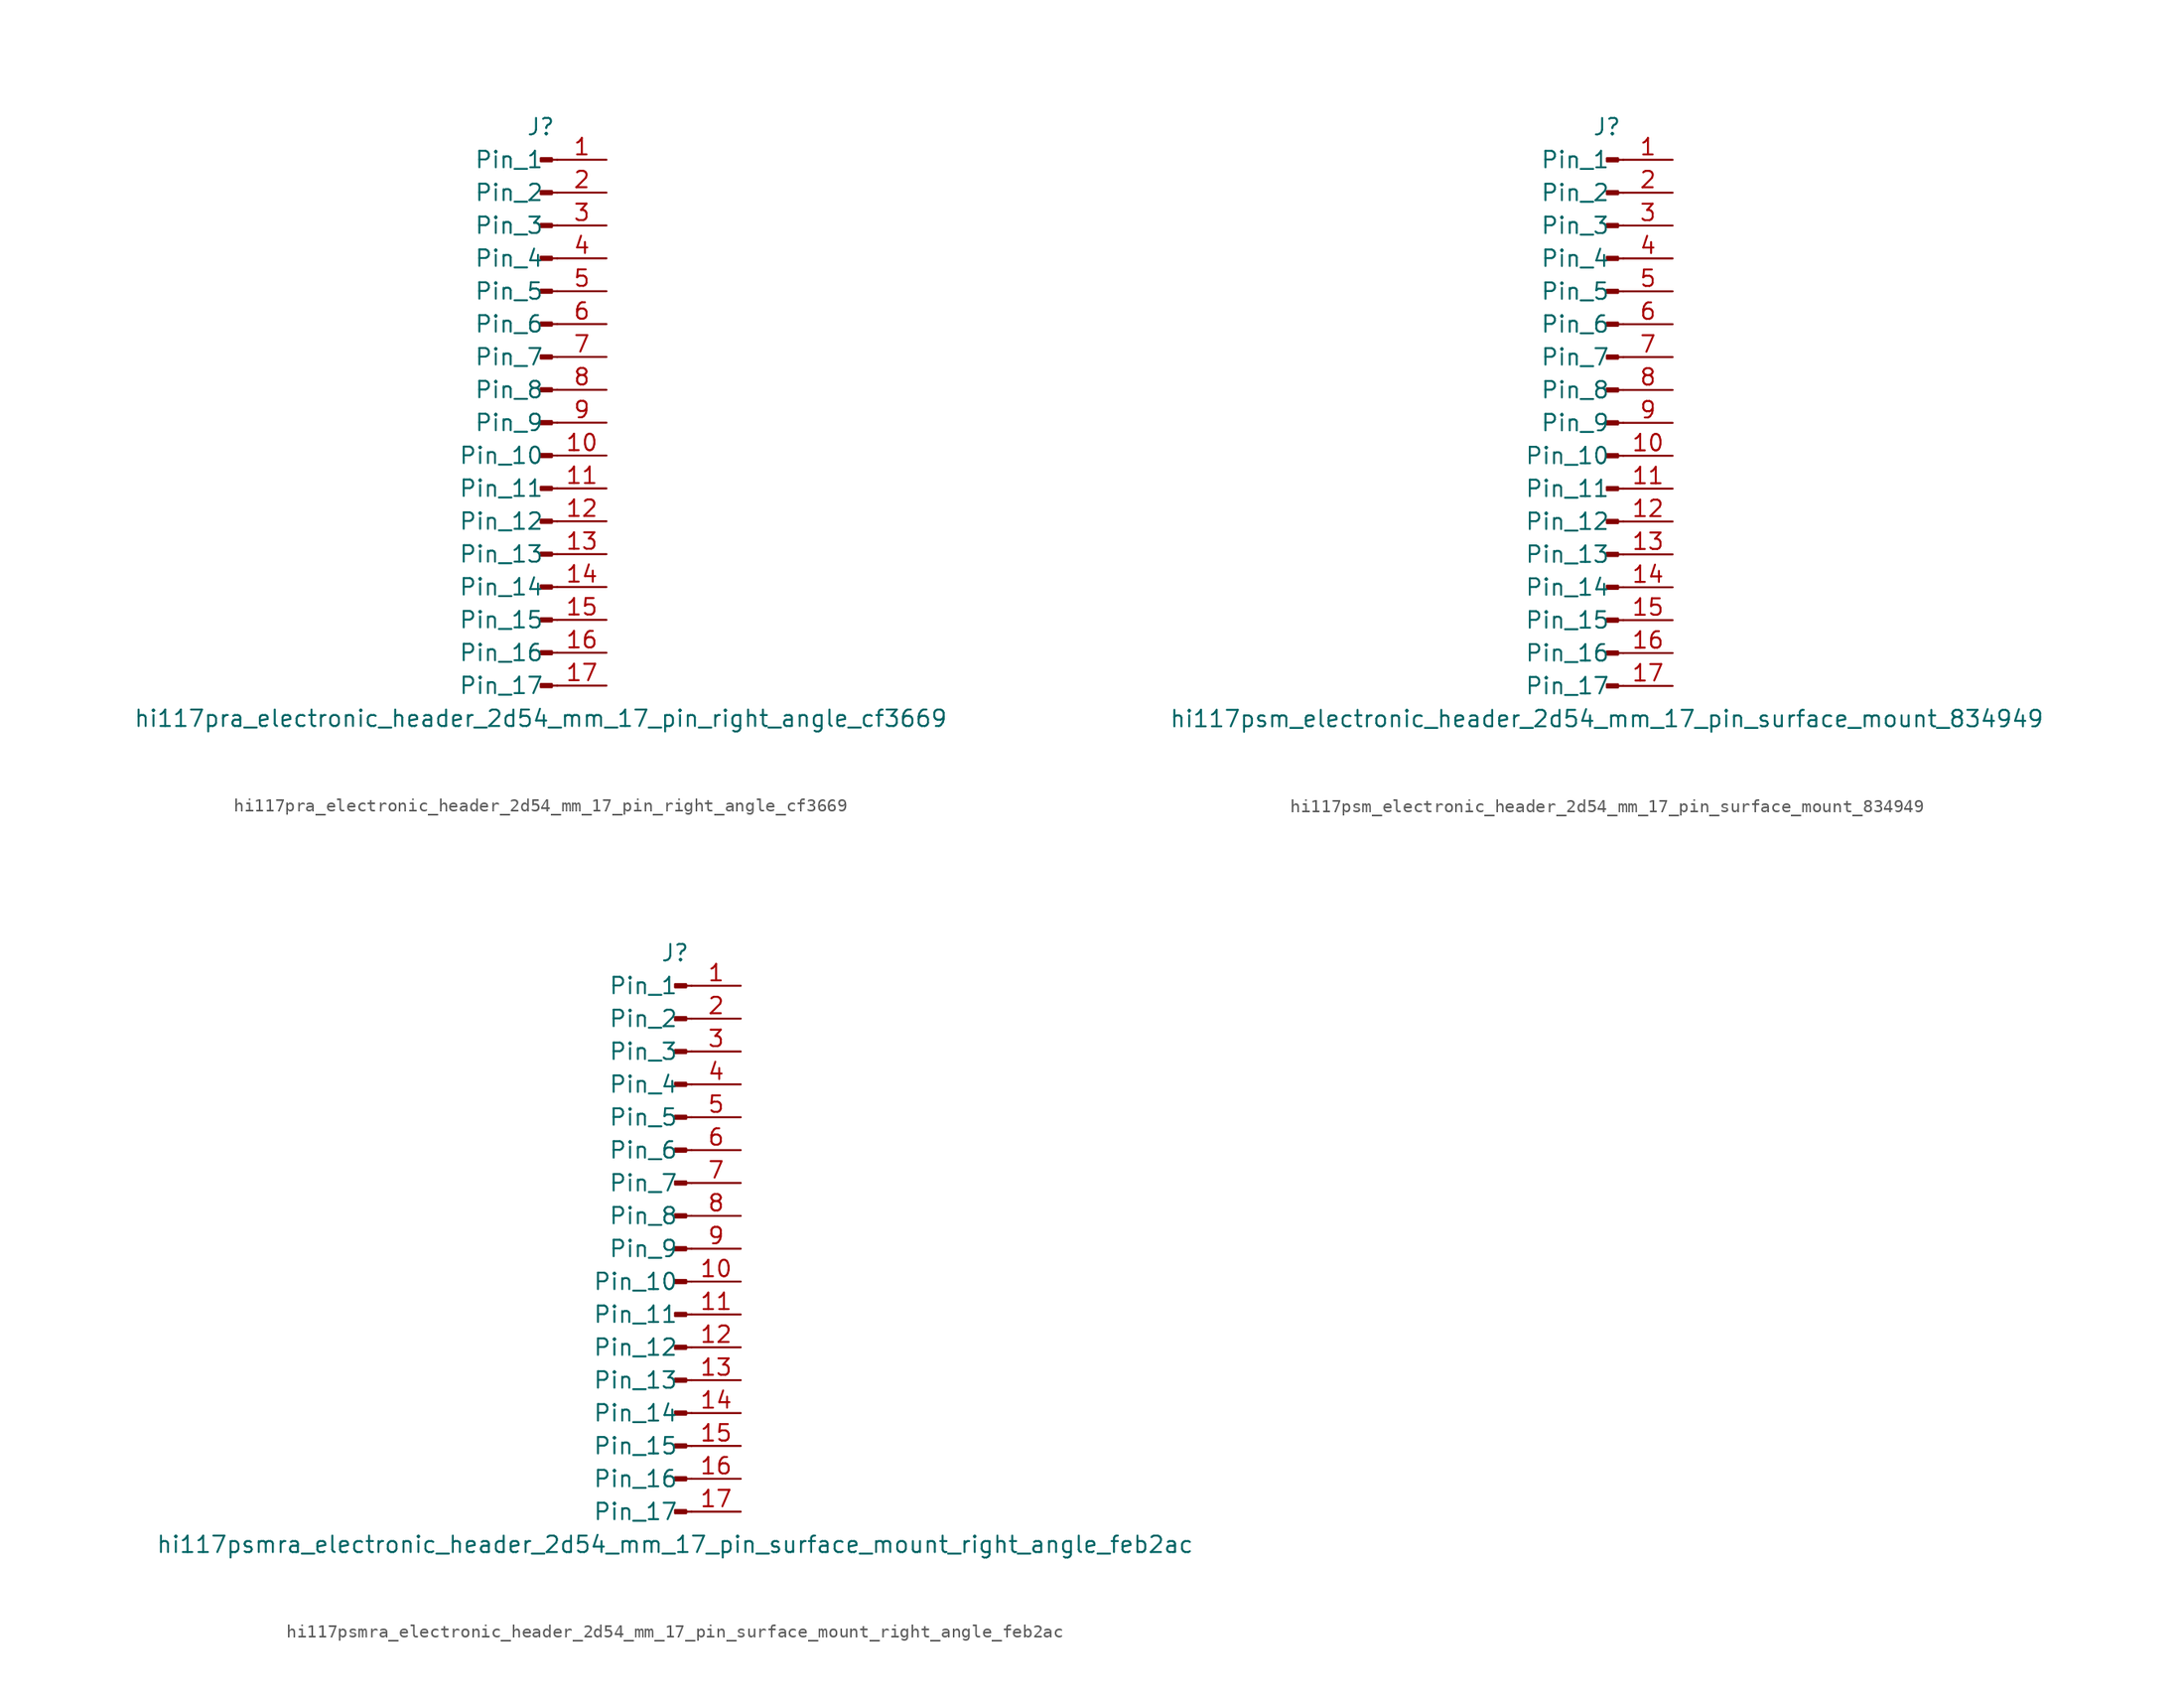
<source format=kicad_sym>
(kicad_symbol_lib
  (version 20220914)
  (generator kicad_symbol_editor)
  (symbol "hi117pra_electronic_header_2d54_mm_17_pin_right_angle_cf3669"
    (pin_names
      (offset 1.016))
    (property "Reference" "J"
      (at 0 22.86 0)
      (effects (font (size 1.27 1.27))))
    (property "Value" "hi117pra_electronic_header_2d54_mm_17_pin_right_angle_cf3669"
      (at 0 -22.86 0)
      (effects (font (size 1.27 1.27))))
    (property "ki_locked" ""
      (at 0 0 0)
      (effects (font (size 1.27 1.27))))
    (symbol "hi117pra_electronic_header_2d54_mm_17_pin_right_angle_cf3669_1_1"
      (polyline (pts (xy 1.27 -20.32) (xy 0.864 -20.32)) (stroke (width 0.152) (type default)) (fill (type none)))
      (polyline (pts (xy 1.27 -17.78) (xy 0.864 -17.78)) (stroke (width 0.152) (type default)) (fill (type none)))
      (polyline (pts (xy 1.27 -15.24) (xy 0.864 -15.24)) (stroke (width 0.152) (type default)) (fill (type none)))
      (polyline (pts (xy 1.27 -12.7) (xy 0.864 -12.7)) (stroke (width 0.152) (type default)) (fill (type none)))
      (polyline (pts (xy 1.27 -10.16) (xy 0.864 -10.16)) (stroke (width 0.152) (type default)) (fill (type none)))
      (polyline (pts (xy 1.27 -7.62) (xy 0.864 -7.62)) (stroke (width 0.152) (type default)) (fill (type none)))
      (polyline (pts (xy 1.27 -5.08) (xy 0.864 -5.08)) (stroke (width 0.152) (type default)) (fill (type none)))
      (polyline (pts (xy 1.27 -2.54) (xy 0.864 -2.54)) (stroke (width 0.152) (type default)) (fill (type none)))
      (polyline (pts (xy 1.27 0) (xy 0.864 0)) (stroke (width 0.152) (type default)) (fill (type none)))
      (polyline (pts (xy 1.27 2.54) (xy 0.864 2.54)) (stroke (width 0.152) (type default)) (fill (type none)))
      (polyline (pts (xy 1.27 5.08) (xy 0.864 5.08)) (stroke (width 0.152) (type default)) (fill (type none)))
      (polyline (pts (xy 1.27 7.62) (xy 0.864 7.62)) (stroke (width 0.152) (type default)) (fill (type none)))
      (polyline (pts (xy 1.27 10.16) (xy 0.864 10.16)) (stroke (width 0.152) (type default)) (fill (type none)))
      (polyline (pts (xy 1.27 12.7) (xy 0.864 12.7)) (stroke (width 0.152) (type default)) (fill (type none)))
      (polyline (pts (xy 1.27 15.24) (xy 0.864 15.24)) (stroke (width 0.152) (type default)) (fill (type none)))
      (polyline (pts (xy 1.27 17.78) (xy 0.864 17.78)) (stroke (width 0.152) (type default)) (fill (type none)))
      (polyline (pts (xy 1.27 20.32) (xy 0.864 20.32)) (stroke (width 0.152) (type default)) (fill (type none)))
      (rectangle (start 0.864 -20.193) (end 0 -20.447) (stroke (width 0.152) (type default)) (fill (type outline)))
      (rectangle (start 0.864 -17.653) (end 0 -17.907) (stroke (width 0.152) (type default)) (fill (type outline)))
      (rectangle (start 0.864 -15.113) (end 0 -15.367) (stroke (width 0.152) (type default)) (fill (type outline)))
      (rectangle (start 0.864 -12.573) (end 0 -12.827) (stroke (width 0.152) (type default)) (fill (type outline)))
      (rectangle (start 0.864 -10.033) (end 0 -10.287) (stroke (width 0.152) (type default)) (fill (type outline)))
      (rectangle (start 0.864 -7.493) (end 0 -7.747) (stroke (width 0.152) (type default)) (fill (type outline)))
      (rectangle (start 0.864 -4.953) (end 0 -5.207) (stroke (width 0.152) (type default)) (fill (type outline)))
      (rectangle (start 0.864 -2.413) (end 0 -2.667) (stroke (width 0.152) (type default)) (fill (type outline)))
      (rectangle (start 0.864 0.127) (end 0 -0.127) (stroke (width 0.152) (type default)) (fill (type outline)))
      (rectangle (start 0.864 2.667) (end 0 2.413) (stroke (width 0.152) (type default)) (fill (type outline)))
      (rectangle (start 0.864 5.207) (end 0 4.953) (stroke (width 0.152) (type default)) (fill (type outline)))
      (rectangle (start 0.864 7.747) (end 0 7.493) (stroke (width 0.152) (type default)) (fill (type outline)))
      (rectangle (start 0.864 10.287) (end 0 10.033) (stroke (width 0.152) (type default)) (fill (type outline)))
      (rectangle (start 0.864 12.827) (end 0 12.573) (stroke (width 0.152) (type default)) (fill (type outline)))
      (rectangle (start 0.864 15.367) (end 0 15.113) (stroke (width 0.152) (type default)) (fill (type outline)))
      (rectangle (start 0.864 17.907) (end 0 17.653) (stroke (width 0.152) (type default)) (fill (type outline)))
      (rectangle (start 0.864 20.447) (end 0 20.193) (stroke (width 0.152) (type default)) (fill (type outline)))
      (pin passive line (at 5.08 20.32 180) (length 3.81) (name "Pin_1" (effects (font (size 1.27 1.27)))) (number "1" (effects (font (size 1.27 1.27)))))
      (pin passive line (at 5.08 -2.54 180) (length 3.81) (name "Pin_10" (effects (font (size 1.27 1.27)))) (number "10" (effects (font (size 1.27 1.27)))))
      (pin passive line (at 5.08 -5.08 180) (length 3.81) (name "Pin_11" (effects (font (size 1.27 1.27)))) (number "11" (effects (font (size 1.27 1.27)))))
      (pin passive line (at 5.08 -7.62 180) (length 3.81) (name "Pin_12" (effects (font (size 1.27 1.27)))) (number "12" (effects (font (size 1.27 1.27)))))
      (pin passive line (at 5.08 -10.16 180) (length 3.81) (name "Pin_13" (effects (font (size 1.27 1.27)))) (number "13" (effects (font (size 1.27 1.27)))))
      (pin passive line (at 5.08 -12.7 180) (length 3.81) (name "Pin_14" (effects (font (size 1.27 1.27)))) (number "14" (effects (font (size 1.27 1.27)))))
      (pin passive line (at 5.08 -15.24 180) (length 3.81) (name "Pin_15" (effects (font (size 1.27 1.27)))) (number "15" (effects (font (size 1.27 1.27)))))
      (pin passive line (at 5.08 -17.78 180) (length 3.81) (name "Pin_16" (effects (font (size 1.27 1.27)))) (number "16" (effects (font (size 1.27 1.27)))))
      (pin passive line (at 5.08 -20.32 180) (length 3.81) (name "Pin_17" (effects (font (size 1.27 1.27)))) (number "17" (effects (font (size 1.27 1.27)))))
      (pin passive line (at 5.08 17.78 180) (length 3.81) (name "Pin_2" (effects (font (size 1.27 1.27)))) (number "2" (effects (font (size 1.27 1.27)))))
      (pin passive line (at 5.08 15.24 180) (length 3.81) (name "Pin_3" (effects (font (size 1.27 1.27)))) (number "3" (effects (font (size 1.27 1.27)))))
      (pin passive line (at 5.08 12.7 180) (length 3.81) (name "Pin_4" (effects (font (size 1.27 1.27)))) (number "4" (effects (font (size 1.27 1.27)))))
      (pin passive line (at 5.08 10.16 180) (length 3.81) (name "Pin_5" (effects (font (size 1.27 1.27)))) (number "5" (effects (font (size 1.27 1.27)))))
      (pin passive line (at 5.08 7.62 180) (length 3.81) (name "Pin_6" (effects (font (size 1.27 1.27)))) (number "6" (effects (font (size 1.27 1.27)))))
      (pin passive line (at 5.08 5.08 180) (length 3.81) (name "Pin_7" (effects (font (size 1.27 1.27)))) (number "7" (effects (font (size 1.27 1.27)))))
      (pin passive line (at 5.08 2.54 180) (length 3.81) (name "Pin_8" (effects (font (size 1.27 1.27)))) (number "8" (effects (font (size 1.27 1.27)))))
      (pin passive line (at 5.08 0 180) (length 3.81) (name "Pin_9" (effects (font (size 1.27 1.27)))) (number "9" (effects (font (size 1.27 1.27)))))))
  (symbol "hi117psm_electronic_header_2d54_mm_17_pin_surface_mount_834949"
    (pin_names
      (offset 1.016))
    (property "Reference" "J"
      (at 0 22.86 0)
      (effects (font (size 1.27 1.27))))
    (property "Value" "hi117psm_electronic_header_2d54_mm_17_pin_surface_mount_834949"
      (at 0 -22.86 0)
      (effects (font (size 1.27 1.27))))
    (property "ki_locked" ""
      (at 0 0 0)
      (effects (font (size 1.27 1.27))))
    (symbol "hi117psm_electronic_header_2d54_mm_17_pin_surface_mount_834949_1_1"
      (polyline (pts (xy 1.27 -20.32) (xy 0.864 -20.32)) (stroke (width 0.152) (type default)) (fill (type none)))
      (polyline (pts (xy 1.27 -17.78) (xy 0.864 -17.78)) (stroke (width 0.152) (type default)) (fill (type none)))
      (polyline (pts (xy 1.27 -15.24) (xy 0.864 -15.24)) (stroke (width 0.152) (type default)) (fill (type none)))
      (polyline (pts (xy 1.27 -12.7) (xy 0.864 -12.7)) (stroke (width 0.152) (type default)) (fill (type none)))
      (polyline (pts (xy 1.27 -10.16) (xy 0.864 -10.16)) (stroke (width 0.152) (type default)) (fill (type none)))
      (polyline (pts (xy 1.27 -7.62) (xy 0.864 -7.62)) (stroke (width 0.152) (type default)) (fill (type none)))
      (polyline (pts (xy 1.27 -5.08) (xy 0.864 -5.08)) (stroke (width 0.152) (type default)) (fill (type none)))
      (polyline (pts (xy 1.27 -2.54) (xy 0.864 -2.54)) (stroke (width 0.152) (type default)) (fill (type none)))
      (polyline (pts (xy 1.27 0) (xy 0.864 0)) (stroke (width 0.152) (type default)) (fill (type none)))
      (polyline (pts (xy 1.27 2.54) (xy 0.864 2.54)) (stroke (width 0.152) (type default)) (fill (type none)))
      (polyline (pts (xy 1.27 5.08) (xy 0.864 5.08)) (stroke (width 0.152) (type default)) (fill (type none)))
      (polyline (pts (xy 1.27 7.62) (xy 0.864 7.62)) (stroke (width 0.152) (type default)) (fill (type none)))
      (polyline (pts (xy 1.27 10.16) (xy 0.864 10.16)) (stroke (width 0.152) (type default)) (fill (type none)))
      (polyline (pts (xy 1.27 12.7) (xy 0.864 12.7)) (stroke (width 0.152) (type default)) (fill (type none)))
      (polyline (pts (xy 1.27 15.24) (xy 0.864 15.24)) (stroke (width 0.152) (type default)) (fill (type none)))
      (polyline (pts (xy 1.27 17.78) (xy 0.864 17.78)) (stroke (width 0.152) (type default)) (fill (type none)))
      (polyline (pts (xy 1.27 20.32) (xy 0.864 20.32)) (stroke (width 0.152) (type default)) (fill (type none)))
      (rectangle (start 0.864 -20.193) (end 0 -20.447) (stroke (width 0.152) (type default)) (fill (type outline)))
      (rectangle (start 0.864 -17.653) (end 0 -17.907) (stroke (width 0.152) (type default)) (fill (type outline)))
      (rectangle (start 0.864 -15.113) (end 0 -15.367) (stroke (width 0.152) (type default)) (fill (type outline)))
      (rectangle (start 0.864 -12.573) (end 0 -12.827) (stroke (width 0.152) (type default)) (fill (type outline)))
      (rectangle (start 0.864 -10.033) (end 0 -10.287) (stroke (width 0.152) (type default)) (fill (type outline)))
      (rectangle (start 0.864 -7.493) (end 0 -7.747) (stroke (width 0.152) (type default)) (fill (type outline)))
      (rectangle (start 0.864 -4.953) (end 0 -5.207) (stroke (width 0.152) (type default)) (fill (type outline)))
      (rectangle (start 0.864 -2.413) (end 0 -2.667) (stroke (width 0.152) (type default)) (fill (type outline)))
      (rectangle (start 0.864 0.127) (end 0 -0.127) (stroke (width 0.152) (type default)) (fill (type outline)))
      (rectangle (start 0.864 2.667) (end 0 2.413) (stroke (width 0.152) (type default)) (fill (type outline)))
      (rectangle (start 0.864 5.207) (end 0 4.953) (stroke (width 0.152) (type default)) (fill (type outline)))
      (rectangle (start 0.864 7.747) (end 0 7.493) (stroke (width 0.152) (type default)) (fill (type outline)))
      (rectangle (start 0.864 10.287) (end 0 10.033) (stroke (width 0.152) (type default)) (fill (type outline)))
      (rectangle (start 0.864 12.827) (end 0 12.573) (stroke (width 0.152) (type default)) (fill (type outline)))
      (rectangle (start 0.864 15.367) (end 0 15.113) (stroke (width 0.152) (type default)) (fill (type outline)))
      (rectangle (start 0.864 17.907) (end 0 17.653) (stroke (width 0.152) (type default)) (fill (type outline)))
      (rectangle (start 0.864 20.447) (end 0 20.193) (stroke (width 0.152) (type default)) (fill (type outline)))
      (pin passive line (at 5.08 20.32 180) (length 3.81) (name "Pin_1" (effects (font (size 1.27 1.27)))) (number "1" (effects (font (size 1.27 1.27)))))
      (pin passive line (at 5.08 -2.54 180) (length 3.81) (name "Pin_10" (effects (font (size 1.27 1.27)))) (number "10" (effects (font (size 1.27 1.27)))))
      (pin passive line (at 5.08 -5.08 180) (length 3.81) (name "Pin_11" (effects (font (size 1.27 1.27)))) (number "11" (effects (font (size 1.27 1.27)))))
      (pin passive line (at 5.08 -7.62 180) (length 3.81) (name "Pin_12" (effects (font (size 1.27 1.27)))) (number "12" (effects (font (size 1.27 1.27)))))
      (pin passive line (at 5.08 -10.16 180) (length 3.81) (name "Pin_13" (effects (font (size 1.27 1.27)))) (number "13" (effects (font (size 1.27 1.27)))))
      (pin passive line (at 5.08 -12.7 180) (length 3.81) (name "Pin_14" (effects (font (size 1.27 1.27)))) (number "14" (effects (font (size 1.27 1.27)))))
      (pin passive line (at 5.08 -15.24 180) (length 3.81) (name "Pin_15" (effects (font (size 1.27 1.27)))) (number "15" (effects (font (size 1.27 1.27)))))
      (pin passive line (at 5.08 -17.78 180) (length 3.81) (name "Pin_16" (effects (font (size 1.27 1.27)))) (number "16" (effects (font (size 1.27 1.27)))))
      (pin passive line (at 5.08 -20.32 180) (length 3.81) (name "Pin_17" (effects (font (size 1.27 1.27)))) (number "17" (effects (font (size 1.27 1.27)))))
      (pin passive line (at 5.08 17.78 180) (length 3.81) (name "Pin_2" (effects (font (size 1.27 1.27)))) (number "2" (effects (font (size 1.27 1.27)))))
      (pin passive line (at 5.08 15.24 180) (length 3.81) (name "Pin_3" (effects (font (size 1.27 1.27)))) (number "3" (effects (font (size 1.27 1.27)))))
      (pin passive line (at 5.08 12.7 180) (length 3.81) (name "Pin_4" (effects (font (size 1.27 1.27)))) (number "4" (effects (font (size 1.27 1.27)))))
      (pin passive line (at 5.08 10.16 180) (length 3.81) (name "Pin_5" (effects (font (size 1.27 1.27)))) (number "5" (effects (font (size 1.27 1.27)))))
      (pin passive line (at 5.08 7.62 180) (length 3.81) (name "Pin_6" (effects (font (size 1.27 1.27)))) (number "6" (effects (font (size 1.27 1.27)))))
      (pin passive line (at 5.08 5.08 180) (length 3.81) (name "Pin_7" (effects (font (size 1.27 1.27)))) (number "7" (effects (font (size 1.27 1.27)))))
      (pin passive line (at 5.08 2.54 180) (length 3.81) (name "Pin_8" (effects (font (size 1.27 1.27)))) (number "8" (effects (font (size 1.27 1.27)))))
      (pin passive line (at 5.08 0 180) (length 3.81) (name "Pin_9" (effects (font (size 1.27 1.27)))) (number "9" (effects (font (size 1.27 1.27)))))))
  (symbol "hi117psmra_electronic_header_2d54_mm_17_pin_surface_mount_right_angle_feb2ac"
    (pin_names
      (offset 1.016))
    (property "Reference" "J"
      (at 0 22.86 0)
      (effects (font (size 1.27 1.27))))
    (property "Value" "hi117psmra_electronic_header_2d54_mm_17_pin_surface_mount_right_angle_feb2ac"
      (at 0 -22.86 0)
      (effects (font (size 1.27 1.27))))
    (property "ki_locked" ""
      (at 0 0 0)
      (effects (font (size 1.27 1.27))))
    (symbol "hi117psmra_electronic_header_2d54_mm_17_pin_surface_mount_right_angle_feb2ac_1_1"
      (polyline (pts (xy 1.27 -20.32) (xy 0.864 -20.32)) (stroke (width 0.152) (type default)) (fill (type none)))
      (polyline (pts (xy 1.27 -17.78) (xy 0.864 -17.78)) (stroke (width 0.152) (type default)) (fill (type none)))
      (polyline (pts (xy 1.27 -15.24) (xy 0.864 -15.24)) (stroke (width 0.152) (type default)) (fill (type none)))
      (polyline (pts (xy 1.27 -12.7) (xy 0.864 -12.7)) (stroke (width 0.152) (type default)) (fill (type none)))
      (polyline (pts (xy 1.27 -10.16) (xy 0.864 -10.16)) (stroke (width 0.152) (type default)) (fill (type none)))
      (polyline (pts (xy 1.27 -7.62) (xy 0.864 -7.62)) (stroke (width 0.152) (type default)) (fill (type none)))
      (polyline (pts (xy 1.27 -5.08) (xy 0.864 -5.08)) (stroke (width 0.152) (type default)) (fill (type none)))
      (polyline (pts (xy 1.27 -2.54) (xy 0.864 -2.54)) (stroke (width 0.152) (type default)) (fill (type none)))
      (polyline (pts (xy 1.27 0) (xy 0.864 0)) (stroke (width 0.152) (type default)) (fill (type none)))
      (polyline (pts (xy 1.27 2.54) (xy 0.864 2.54)) (stroke (width 0.152) (type default)) (fill (type none)))
      (polyline (pts (xy 1.27 5.08) (xy 0.864 5.08)) (stroke (width 0.152) (type default)) (fill (type none)))
      (polyline (pts (xy 1.27 7.62) (xy 0.864 7.62)) (stroke (width 0.152) (type default)) (fill (type none)))
      (polyline (pts (xy 1.27 10.16) (xy 0.864 10.16)) (stroke (width 0.152) (type default)) (fill (type none)))
      (polyline (pts (xy 1.27 12.7) (xy 0.864 12.7)) (stroke (width 0.152) (type default)) (fill (type none)))
      (polyline (pts (xy 1.27 15.24) (xy 0.864 15.24)) (stroke (width 0.152) (type default)) (fill (type none)))
      (polyline (pts (xy 1.27 17.78) (xy 0.864 17.78)) (stroke (width 0.152) (type default)) (fill (type none)))
      (polyline (pts (xy 1.27 20.32) (xy 0.864 20.32)) (stroke (width 0.152) (type default)) (fill (type none)))
      (rectangle (start 0.864 -20.193) (end 0 -20.447) (stroke (width 0.152) (type default)) (fill (type outline)))
      (rectangle (start 0.864 -17.653) (end 0 -17.907) (stroke (width 0.152) (type default)) (fill (type outline)))
      (rectangle (start 0.864 -15.113) (end 0 -15.367) (stroke (width 0.152) (type default)) (fill (type outline)))
      (rectangle (start 0.864 -12.573) (end 0 -12.827) (stroke (width 0.152) (type default)) (fill (type outline)))
      (rectangle (start 0.864 -10.033) (end 0 -10.287) (stroke (width 0.152) (type default)) (fill (type outline)))
      (rectangle (start 0.864 -7.493) (end 0 -7.747) (stroke (width 0.152) (type default)) (fill (type outline)))
      (rectangle (start 0.864 -4.953) (end 0 -5.207) (stroke (width 0.152) (type default)) (fill (type outline)))
      (rectangle (start 0.864 -2.413) (end 0 -2.667) (stroke (width 0.152) (type default)) (fill (type outline)))
      (rectangle (start 0.864 0.127) (end 0 -0.127) (stroke (width 0.152) (type default)) (fill (type outline)))
      (rectangle (start 0.864 2.667) (end 0 2.413) (stroke (width 0.152) (type default)) (fill (type outline)))
      (rectangle (start 0.864 5.207) (end 0 4.953) (stroke (width 0.152) (type default)) (fill (type outline)))
      (rectangle (start 0.864 7.747) (end 0 7.493) (stroke (width 0.152) (type default)) (fill (type outline)))
      (rectangle (start 0.864 10.287) (end 0 10.033) (stroke (width 0.152) (type default)) (fill (type outline)))
      (rectangle (start 0.864 12.827) (end 0 12.573) (stroke (width 0.152) (type default)) (fill (type outline)))
      (rectangle (start 0.864 15.367) (end 0 15.113) (stroke (width 0.152) (type default)) (fill (type outline)))
      (rectangle (start 0.864 17.907) (end 0 17.653) (stroke (width 0.152) (type default)) (fill (type outline)))
      (rectangle (start 0.864 20.447) (end 0 20.193) (stroke (width 0.152) (type default)) (fill (type outline)))
      (pin passive line (at 5.08 20.32 180) (length 3.81) (name "Pin_1" (effects (font (size 1.27 1.27)))) (number "1" (effects (font (size 1.27 1.27)))))
      (pin passive line (at 5.08 -2.54 180) (length 3.81) (name "Pin_10" (effects (font (size 1.27 1.27)))) (number "10" (effects (font (size 1.27 1.27)))))
      (pin passive line (at 5.08 -5.08 180) (length 3.81) (name "Pin_11" (effects (font (size 1.27 1.27)))) (number "11" (effects (font (size 1.27 1.27)))))
      (pin passive line (at 5.08 -7.62 180) (length 3.81) (name "Pin_12" (effects (font (size 1.27 1.27)))) (number "12" (effects (font (size 1.27 1.27)))))
      (pin passive line (at 5.08 -10.16 180) (length 3.81) (name "Pin_13" (effects (font (size 1.27 1.27)))) (number "13" (effects (font (size 1.27 1.27)))))
      (pin passive line (at 5.08 -12.7 180) (length 3.81) (name "Pin_14" (effects (font (size 1.27 1.27)))) (number "14" (effects (font (size 1.27 1.27)))))
      (pin passive line (at 5.08 -15.24 180) (length 3.81) (name "Pin_15" (effects (font (size 1.27 1.27)))) (number "15" (effects (font (size 1.27 1.27)))))
      (pin passive line (at 5.08 -17.78 180) (length 3.81) (name "Pin_16" (effects (font (size 1.27 1.27)))) (number "16" (effects (font (size 1.27 1.27)))))
      (pin passive line (at 5.08 -20.32 180) (length 3.81) (name "Pin_17" (effects (font (size 1.27 1.27)))) (number "17" (effects (font (size 1.27 1.27)))))
      (pin passive line (at 5.08 17.78 180) (length 3.81) (name "Pin_2" (effects (font (size 1.27 1.27)))) (number "2" (effects (font (size 1.27 1.27)))))
      (pin passive line (at 5.08 15.24 180) (length 3.81) (name "Pin_3" (effects (font (size 1.27 1.27)))) (number "3" (effects (font (size 1.27 1.27)))))
      (pin passive line (at 5.08 12.7 180) (length 3.81) (name "Pin_4" (effects (font (size 1.27 1.27)))) (number "4" (effects (font (size 1.27 1.27)))))
      (pin passive line (at 5.08 10.16 180) (length 3.81) (name "Pin_5" (effects (font (size 1.27 1.27)))) (number "5" (effects (font (size 1.27 1.27)))))
      (pin passive line (at 5.08 7.62 180) (length 3.81) (name "Pin_6" (effects (font (size 1.27 1.27)))) (number "6" (effects (font (size 1.27 1.27)))))
      (pin passive line (at 5.08 5.08 180) (length 3.81) (name "Pin_7" (effects (font (size 1.27 1.27)))) (number "7" (effects (font (size 1.27 1.27)))))
      (pin passive line (at 5.08 2.54 180) (length 3.81) (name "Pin_8" (effects (font (size 1.27 1.27)))) (number "8" (effects (font (size 1.27 1.27)))))
      (pin passive line (at 5.08 0 180) (length 3.81) (name "Pin_9" (effects (font (size 1.27 1.27)))) (number "9" (effects (font (size 1.27 1.27))))))))
</source>
